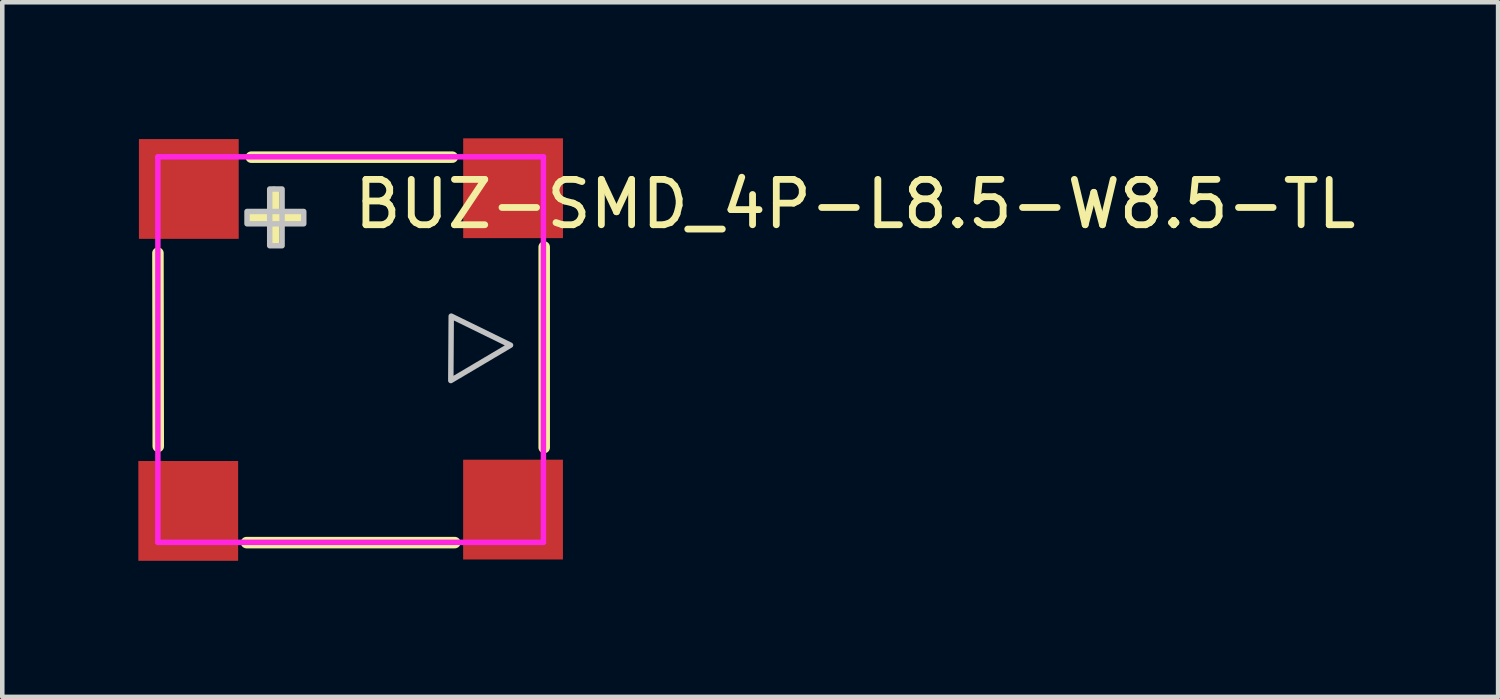
<source format=kicad_pcb>
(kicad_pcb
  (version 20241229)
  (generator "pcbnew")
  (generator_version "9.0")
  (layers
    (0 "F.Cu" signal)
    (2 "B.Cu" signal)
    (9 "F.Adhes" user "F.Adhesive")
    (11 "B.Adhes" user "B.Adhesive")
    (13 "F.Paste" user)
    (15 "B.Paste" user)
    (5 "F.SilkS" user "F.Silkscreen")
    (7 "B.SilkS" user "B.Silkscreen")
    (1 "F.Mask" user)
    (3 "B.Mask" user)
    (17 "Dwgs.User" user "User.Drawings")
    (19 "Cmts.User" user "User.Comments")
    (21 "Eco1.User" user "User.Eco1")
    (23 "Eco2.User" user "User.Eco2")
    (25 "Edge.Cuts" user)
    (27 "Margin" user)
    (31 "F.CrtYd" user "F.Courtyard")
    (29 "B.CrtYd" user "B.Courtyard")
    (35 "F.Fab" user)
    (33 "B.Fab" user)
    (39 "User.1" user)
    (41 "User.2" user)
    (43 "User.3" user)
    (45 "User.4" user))
  (footprint "BUZ-SMD_4P-L8.5-W8.5-TL"
    (layer "F.Cu")
    (at 4.681 4.657)
    (property "Reference" "BUZ-SMD_4P-L8.5-W8.5-TL" (at 0 -3.207 0) (layer "F.SilkS") (effects (font (size 1 1) (thickness 0.15)) (justify left)))
    (attr smd)
    (fp_line (start -4.249 -2.126) (end -4.242 2.134) (stroke (width 0.254) (type solid)) (layer "F.SilkS"))
    (fp_line (start -2.296 4.256) (end 2.296 4.256) (stroke (width 0.254) (type solid)) (layer "F.SilkS"))
    (fp_line (start -2.191 -4.242) (end 2.241 -4.242) (stroke (width 0.254) (type solid)) (layer "F.SilkS"))
    (fp_line (start -1.692 -2.373) (end -1.692 -3.465) (stroke (width 0.254) (type solid)) (layer "F.SilkS"))
    (fp_line (start -1.159 -2.907) (end -2.175 -2.907) (stroke (width 0.254) (type solid)) (layer "F.SilkS"))
    (fp_line (start 4.267 -2.261) (end 4.267 2.159) (stroke (width 0.254) (type solid)) (layer "F.SilkS"))
    (fp_poly (pts (xy 3.525 -0.097) (xy 2.217 -0.737) (xy 2.208 0.683)) (stroke (width 0.12) (type solid)) (fill no) (layer "Dwgs.User"))
    (fp_poly (pts (xy -1.785 -2.289) (xy -1.785 -3.54) (xy -1.512 -3.54) (xy -1.512 -2.289)) (stroke (width 0.12) (type solid)) (fill no) (layer "Dwgs.User"))
    (fp_poly (pts (xy -2.285 -3.045) (xy -1.034 -3.045) (xy -1.034 -2.773) (xy -2.285 -2.773) (xy -2.285 -2.772)) (stroke (width 0.12) (type solid)) (fill no) (layer "Dwgs.User"))
    (fp_circle (center -4.237 -4.261) (end -4.137 -4.261) (stroke (width 0.2) (type solid)) (fill no) (layer "Eco2.User"))
    (fp_poly (pts (xy 3.28 -4.26) (xy 4.26 -3.28) (xy 3.85 -2.87) (xy 2.87 -3.85)) (stroke (width 0.12) (type solid)) (fill no) (layer "Eco2.User"))
    (fp_poly (pts (xy -4.25 -4.25) (xy -3.052 -4.245) (xy -2.345 -3.649) (xy -3.441 -2.344) (xy -4.249 -3.054)) (stroke (width 0.12) (type solid)) (fill no) (layer "Eco2.User"))
    (fp_poly (pts (xy -4.25 4.25) (xy -4.245 3.053) (xy -3.649 2.345) (xy -2.344 3.441) (xy -3.054 4.249)) (stroke (width 0.12) (type solid)) (fill no) (layer "Eco2.User"))
    (fp_poly (pts (xy 4.25 4.25) (xy 3.053 4.245) (xy 2.345 3.65) (xy 3.441 2.344) (xy 4.249 3.054)) (stroke (width 0.12) (type solid)) (fill no) (layer "Eco2.User"))
    (fp_line (start -4.25 -4.25) (end 4.25 -4.25) (stroke (width 0.12) (type solid)) (layer "F.CrtYd"))
    (fp_line (start -4.25 4.25) (end -4.25 -4.25) (stroke (width 0.12) (type solid)) (layer "F.CrtYd"))
    (fp_line (start 4.25 -4.25) (end 4.25 4.25) (stroke (width 0.12) (type solid)) (layer "F.CrtYd"))
    (fp_line (start 4.25 4.25) (end -4.25 4.25) (stroke (width 0.12) (type solid)) (layer "F.CrtYd"))
    (pad "1" smd rect (at -3.568 -3.541) (size 2.2 2.2) (layers "F.Cu" "F.Mask" "F.Paste"))
    (pad "2" smd rect (at -3.581 3.557) (size 2.2 2.2) (layers "F.Cu" "F.Mask" "F.Paste"))
    (pad "3" smd rect (at 3.58 3.528) (size 2.2 2.2) (layers "F.Cu" "F.Mask" "F.Paste"))
    (pad "4" smd rect (at 3.581 -3.557) (size 2.2 2.2) (layers "F.Cu" "F.Mask" "F.Paste")))
  (gr_rect
    (start -3 -3)
    (end 29.979 12.314)
    (stroke (width 0.1) (type default))
    (fill no)
    (layer "Edge.Cuts")))
</source>
